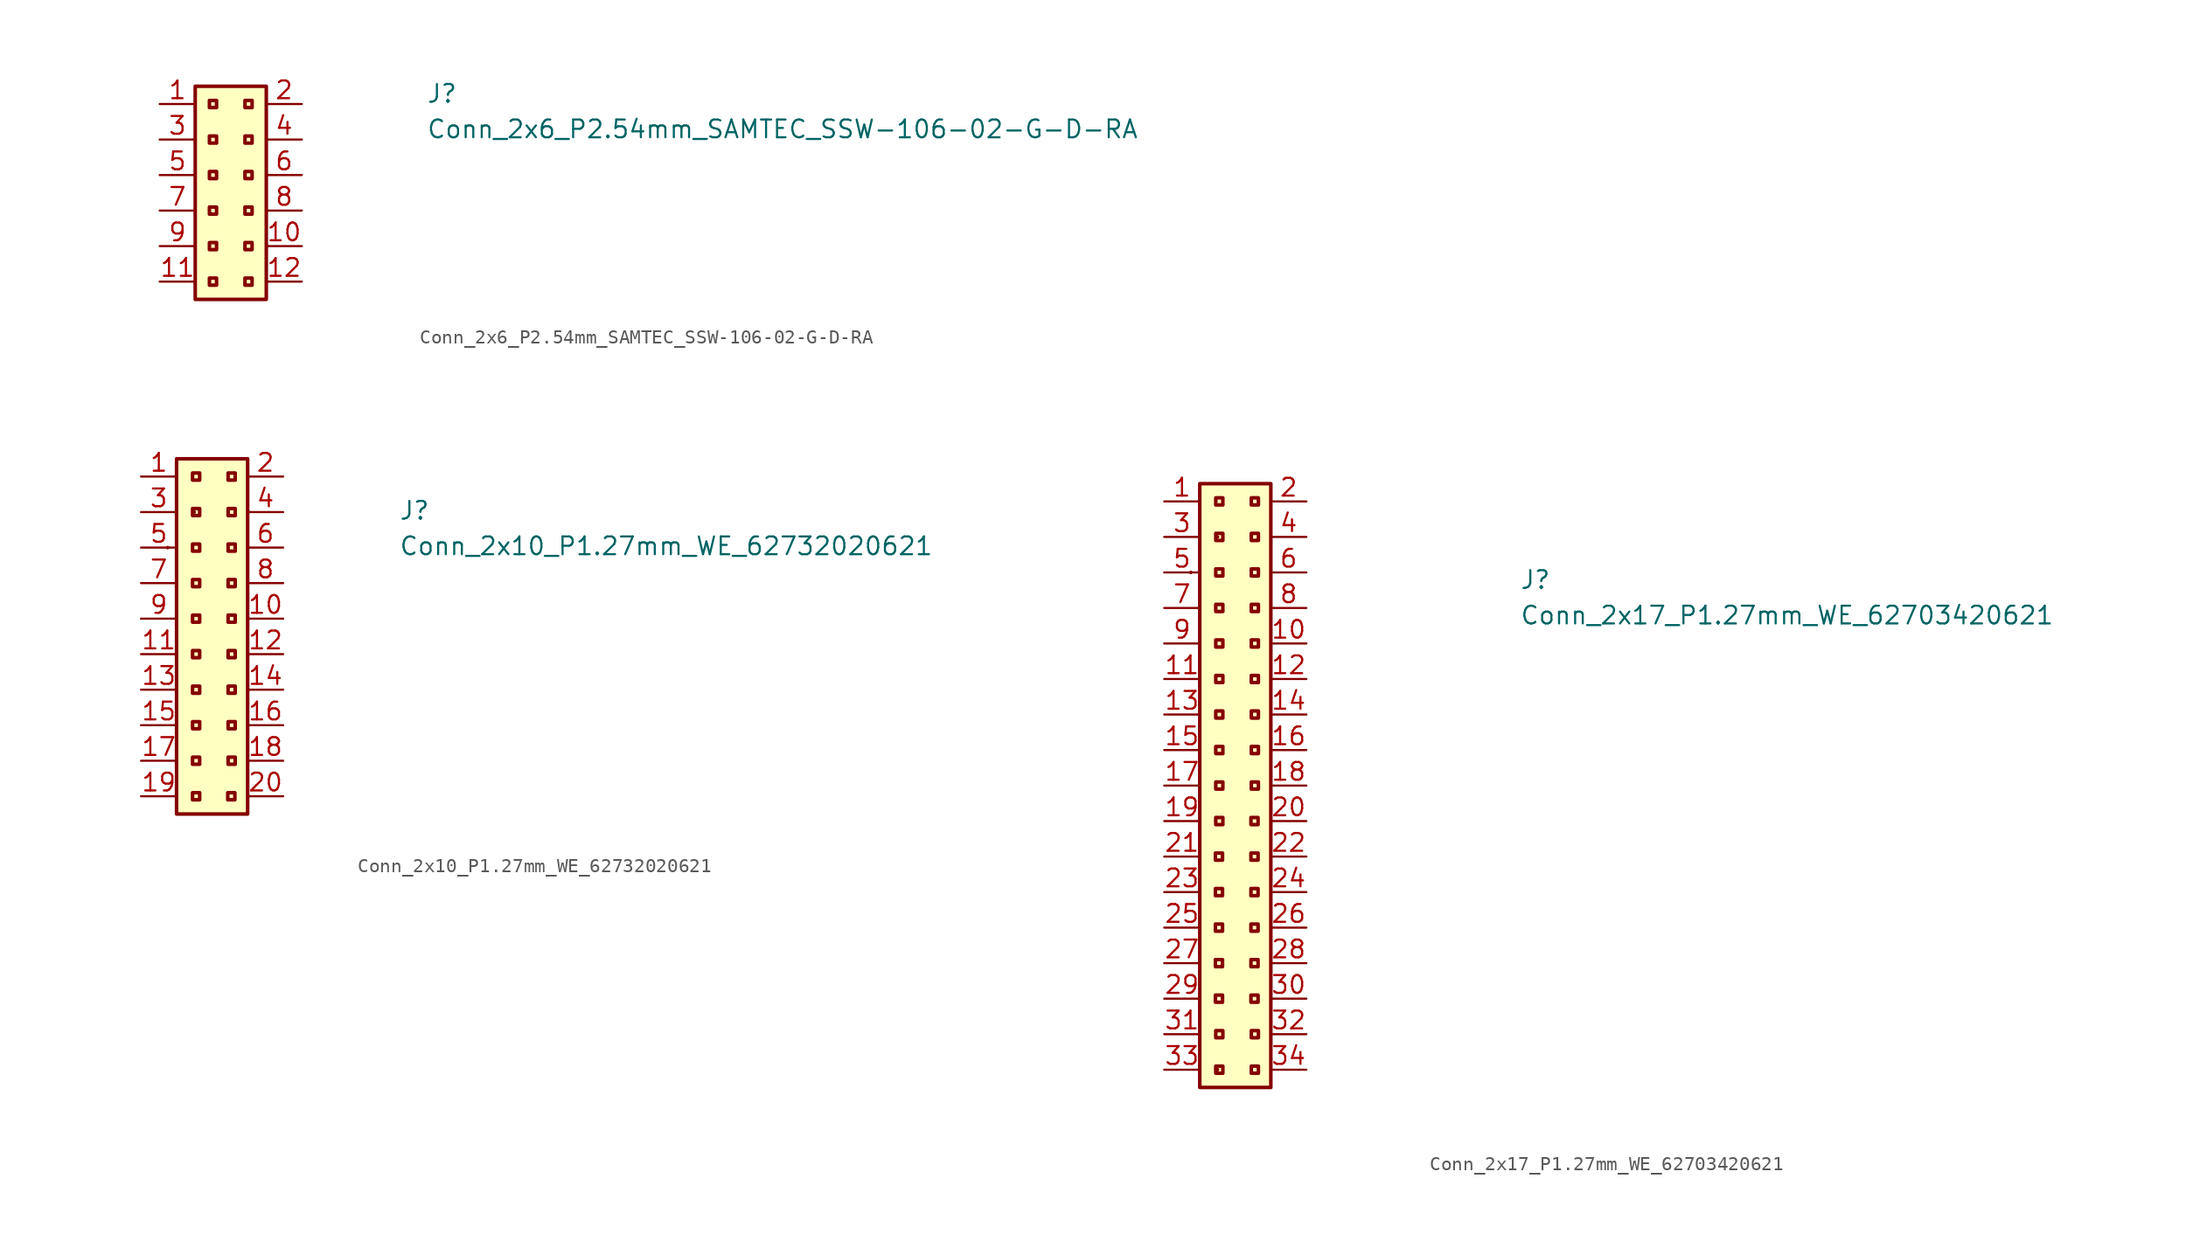
<source format=kicad_sym>
(kicad_symbol_lib
  (version 20211014)
  (generator kicad_symbol_editor)
  (symbol "Conn_2x6_P2.54mm_SAMTEC_SSW-106-02-G-D-RA"
    (property "Reference" "J"
      (at 19.05 0 0)
      (effects (font (size 1.27 1.27) (thickness 0.15)) (justify left bottom)))
    (property "Value" "Conn_2x6_P2.54mm_SAMTEC_SSW-106-02-G-D-RA"
      (at 19.05 -2.54 0)
      (effects (font (size 1.27 1.27) (thickness 0.15)) (justify left bottom)))
    (symbol "Conn_2x6_P2.54mm_SAMTEC_SSW-106-02-G-D-RA_1_1"
      (rectangle (start 2.54 1.27) (end 7.62 -13.97) (stroke (width 0.254) (type default) (color 0 0 0 0)) (fill (type background)))
      (rectangle (start 3.556 -12.446) (end 4.064 -12.954) (stroke (width 0.254) (type default) (color 0 0 0 0)) (fill (type background)))
      (rectangle (start 3.556 -9.906) (end 4.064 -10.414) (stroke (width 0.254) (type default) (color 0 0 0 0)) (fill (type background)))
      (rectangle (start 3.556 -7.366) (end 4.064 -7.874) (stroke (width 0.254) (type default) (color 0 0 0 0)) (fill (type background)))
      (rectangle (start 3.556 -4.826) (end 4.064 -5.334) (stroke (width 0.254) (type default) (color 0 0 0 0)) (fill (type background)))
      (rectangle (start 3.556 -2.286) (end 4.064 -2.794) (stroke (width 0.254) (type default) (color 0 0 0 0)) (fill (type background)))
      (rectangle (start 3.556 0.254) (end 4.064 -0.254) (stroke (width 0.254) (type default) (color 0 0 0 0)) (fill (type background)))
      (rectangle (start 6.096 -12.446) (end 6.604 -12.954) (stroke (width 0.254) (type default) (color 0 0 0 0)) (fill (type background)))
      (rectangle (start 6.096 -9.906) (end 6.604 -10.414) (stroke (width 0.254) (type default) (color 0 0 0 0)) (fill (type background)))
      (rectangle (start 6.096 -7.366) (end 6.604 -7.874) (stroke (width 0.254) (type default) (color 0 0 0 0)) (fill (type background)))
      (rectangle (start 6.096 -4.826) (end 6.604 -5.334) (stroke (width 0.254) (type default) (color 0 0 0 0)) (fill (type background)))
      (rectangle (start 6.096 -2.286) (end 6.604 -2.794) (stroke (width 0.254) (type default) (color 0 0 0 0)) (fill (type background)))
      (rectangle (start 6.096 0.254) (end 6.604 -0.254) (stroke (width 0.254) (type default) (color 0 0 0 0)) (fill (type background)))
      (pin passive line (at 0 0 0) (length 2.54) (name "~" (effects (font (size 1.27 1.27)))) (number "1" (effects (font (size 1.27 1.27)))))
      (pin passive line (at 10.16 -10.16 180) (length 2.54) (name "~" (effects (font (size 1.27 1.27)))) (number "10" (effects (font (size 1.27 1.27)))))
      (pin passive line (at 0 -12.7 0) (length 2.54) (name "~" (effects (font (size 1.27 1.27)))) (number "11" (effects (font (size 1.27 1.27)))))
      (pin passive line (at 10.16 -12.7 180) (length 2.54) (name "~" (effects (font (size 1.27 1.27)))) (number "12" (effects (font (size 1.27 1.27)))))
      (pin passive line (at 10.16 0 180) (length 2.54) (name "~" (effects (font (size 1.27 1.27)))) (number "2" (effects (font (size 1.27 1.27)))))
      (pin passive line (at 0 -2.54 0) (length 2.54) (name "~" (effects (font (size 1.27 1.27)))) (number "3" (effects (font (size 1.27 1.27)))))
      (pin passive line (at 10.16 -2.54 180) (length 2.54) (name "~" (effects (font (size 1.27 1.27)))) (number "4" (effects (font (size 1.27 1.27)))))
      (pin passive line (at 0 -5.08 0) (length 2.54) (name "~" (effects (font (size 1.27 1.27)))) (number "5" (effects (font (size 1.27 1.27)))))
      (pin passive line (at 10.16 -5.08 180) (length 2.54) (name "~" (effects (font (size 1.27 1.27)))) (number "6" (effects (font (size 1.27 1.27)))))
      (pin passive line (at 0 -7.62 0) (length 2.54) (name "~" (effects (font (size 1.27 1.27)))) (number "7" (effects (font (size 1.27 1.27)))))
      (pin passive line (at 10.16 -7.62 180) (length 2.54) (name "~" (effects (font (size 1.27 1.27)))) (number "8" (effects (font (size 1.27 1.27)))))
      (pin passive line (at 0 -10.16 0) (length 2.54) (name "~" (effects (font (size 1.27 1.27)))) (number "9" (effects (font (size 1.27 1.27)))))))
  (symbol "Conn_2x10_P1.27mm_WE_62732020621"
    (property "Reference" "J"
      (at 18.415 -3.175 0)
      (effects (font (size 1.27 1.27) (thickness 0.15)) (justify left bottom)))
    (property "Value" "Conn_2x10_P1.27mm_WE_62732020621"
      (at 18.415 -5.715 0)
      (effects (font (size 1.27 1.27) (thickness 0.15)) (justify left bottom)))
    (symbol "Conn_2x10_P1.27mm_WE_62732020621_1_1"
      (rectangle (start 1.905 -5.08) (end 1.905 -5.08) (stroke (width 0.254) (type default) (color 0 0 0 0)) (fill (type background)))
      (rectangle (start 2.54 1.27) (end 7.62 -24.13) (stroke (width 0.254) (type default) (color 0 0 0 0)) (fill (type background)))
      (rectangle (start 3.81 -2.54) (end 3.81 -2.54) (stroke (width 0.254) (type default) (color 0 0 0 0)) (fill (type background)))
      (rectangle (start 4.191 -23.114) (end 3.683 -22.606) (stroke (width 0.254) (type default) (color 0 0 0 0)) (fill (type background)))
      (rectangle (start 4.191 -20.574) (end 3.683 -20.066) (stroke (width 0.254) (type default) (color 0 0 0 0)) (fill (type background)))
      (rectangle (start 4.191 -18.034) (end 3.683 -17.526) (stroke (width 0.254) (type default) (color 0 0 0 0)) (fill (type background)))
      (rectangle (start 4.191 -15.494) (end 3.683 -14.986) (stroke (width 0.254) (type default) (color 0 0 0 0)) (fill (type background)))
      (rectangle (start 4.191 -12.954) (end 3.683 -12.446) (stroke (width 0.254) (type default) (color 0 0 0 0)) (fill (type background)))
      (rectangle (start 4.191 -10.414) (end 3.683 -9.906) (stroke (width 0.254) (type default) (color 0 0 0 0)) (fill (type background)))
      (rectangle (start 4.191 -7.874) (end 3.683 -7.366) (stroke (width 0.254) (type default) (color 0 0 0 0)) (fill (type background)))
      (rectangle (start 4.191 -5.334) (end 3.683 -4.826) (stroke (width 0.254) (type default) (color 0 0 0 0)) (fill (type background)))
      (rectangle (start 4.191 -2.794) (end 3.683 -2.286) (stroke (width 0.254) (type default) (color 0 0 0 0)) (fill (type background)))
      (rectangle (start 4.191 -0.254) (end 3.683 0.254) (stroke (width 0.254) (type default) (color 0 0 0 0)) (fill (type background)))
      (rectangle (start 6.706 -23.114) (end 6.198 -22.606) (stroke (width 0.254) (type default) (color 0 0 0 0)) (fill (type background)))
      (rectangle (start 6.731 -20.574) (end 6.223 -20.066) (stroke (width 0.254) (type default) (color 0 0 0 0)) (fill (type background)))
      (rectangle (start 6.731 -18.034) (end 6.223 -17.526) (stroke (width 0.254) (type default) (color 0 0 0 0)) (fill (type background)))
      (rectangle (start 6.731 -15.494) (end 6.223 -14.986) (stroke (width 0.254) (type default) (color 0 0 0 0)) (fill (type background)))
      (rectangle (start 6.731 -12.954) (end 6.223 -12.446) (stroke (width 0.254) (type default) (color 0 0 0 0)) (fill (type background)))
      (rectangle (start 6.731 -10.414) (end 6.223 -9.906) (stroke (width 0.254) (type default) (color 0 0 0 0)) (fill (type background)))
      (rectangle (start 6.731 -7.874) (end 6.223 -7.366) (stroke (width 0.254) (type default) (color 0 0 0 0)) (fill (type background)))
      (rectangle (start 6.731 -5.334) (end 6.223 -4.826) (stroke (width 0.254) (type default) (color 0 0 0 0)) (fill (type background)))
      (rectangle (start 6.731 -2.794) (end 6.223 -2.286) (stroke (width 0.254) (type default) (color 0 0 0 0)) (fill (type background)))
      (rectangle (start 6.731 -0.254) (end 6.223 0.254) (stroke (width 0.254) (type default) (color 0 0 0 0)) (fill (type background)))
      (pin passive line (at 0 0 0) (length 2.54) (name "~" (effects (font (size 1.27 1.27)))) (number "1" (effects (font (size 1.27 1.27)))))
      (pin passive line (at 10.16 -10.16 180) (length 2.54) (name "~" (effects (font (size 1.27 1.27)))) (number "10" (effects (font (size 1.27 1.27)))))
      (pin passive line (at 0 -12.7 0) (length 2.54) (name "~" (effects (font (size 1.27 1.27)))) (number "11" (effects (font (size 1.27 1.27)))))
      (pin passive line (at 10.16 -12.7 180) (length 2.54) (name "~" (effects (font (size 1.27 1.27)))) (number "12" (effects (font (size 1.27 1.27)))))
      (pin passive line (at 0 -15.24 0) (length 2.54) (name "~" (effects (font (size 1.27 1.27)))) (number "13" (effects (font (size 1.27 1.27)))))
      (pin passive line (at 10.16 -15.24 180) (length 2.54) (name "~" (effects (font (size 1.27 1.27)))) (number "14" (effects (font (size 1.27 1.27)))))
      (pin passive line (at 0 -17.78 0) (length 2.54) (name "~" (effects (font (size 1.27 1.27)))) (number "15" (effects (font (size 1.27 1.27)))))
      (pin passive line (at 10.16 -17.78 180) (length 2.54) (name "~" (effects (font (size 1.27 1.27)))) (number "16" (effects (font (size 1.27 1.27)))))
      (pin passive line (at 0 -20.32 0) (length 2.54) (name "~" (effects (font (size 1.27 1.27)))) (number "17" (effects (font (size 1.27 1.27)))))
      (pin passive line (at 10.16 -20.32 180) (length 2.54) (name "~" (effects (font (size 1.27 1.27)))) (number "18" (effects (font (size 1.27 1.27)))))
      (pin passive line (at 0 -22.86 0) (length 2.54) (name "~" (effects (font (size 1.27 1.27)))) (number "19" (effects (font (size 1.27 1.27)))))
      (pin passive line (at 10.16 0 180) (length 2.54) (name "~" (effects (font (size 1.27 1.27)))) (number "2" (effects (font (size 1.27 1.27)))))
      (pin passive line (at 10.16 -22.86 180) (length 2.54) (name "~" (effects (font (size 1.27 1.27)))) (number "20" (effects (font (size 1.27 1.27)))))
      (pin passive line (at 0 -2.54 0) (length 2.54) (name "~" (effects (font (size 1.27 1.27)))) (number "3" (effects (font (size 1.27 1.27)))))
      (pin passive line (at 10.16 -2.54 180) (length 2.54) (name "~" (effects (font (size 1.27 1.27)))) (number "4" (effects (font (size 1.27 1.27)))))
      (pin passive line (at 0 -5.08 0) (length 2.54) (name "~" (effects (font (size 1.27 1.27)))) (number "5" (effects (font (size 1.27 1.27)))))
      (pin passive line (at 10.16 -5.08 180) (length 2.54) (name "~" (effects (font (size 1.27 1.27)))) (number "6" (effects (font (size 1.27 1.27)))))
      (pin passive line (at 0 -7.62 0) (length 2.54) (name "~" (effects (font (size 1.27 1.27)))) (number "7" (effects (font (size 1.27 1.27)))))
      (pin passive line (at 10.16 -7.62 180) (length 2.54) (name "~" (effects (font (size 1.27 1.27)))) (number "8" (effects (font (size 1.27 1.27)))))
      (pin passive line (at 0 -10.16 0) (length 2.54) (name "~" (effects (font (size 1.27 1.27)))) (number "9" (effects (font (size 1.27 1.27)))))))
  (symbol "Conn_2x17_P1.27mm_WE_62703420621"
    (property "Reference" "J"
      (at 25.4 -6.35 0)
      (effects (font (size 1.27 1.27) (thickness 0.15)) (justify left bottom)))
    (property "Value" "Conn_2x17_P1.27mm_WE_62703420621"
      (at 25.4 -8.89 0)
      (effects (font (size 1.27 1.27) (thickness 0.15)) (justify left bottom)))
    (symbol "Conn_2x17_P1.27mm_WE_62703420621_1_1"
      (rectangle (start 1.905 -5.08) (end 1.905 -5.08) (stroke (width 0.254) (type default) (color 0 0 0 0)) (fill (type background)))
      (rectangle (start 2.54 1.27) (end 7.62 -41.91) (stroke (width 0.254) (type default) (color 0 0 0 0)) (fill (type background)))
      (rectangle (start 3.81 -40.64) (end 3.81 -40.64) (stroke (width 0.254) (type default) (color 0 0 0 0)) (fill (type background)))
      (rectangle (start 3.81 -2.54) (end 3.81 -2.54) (stroke (width 0.254) (type default) (color 0 0 0 0)) (fill (type background)))
      (rectangle (start 4.166 -35.814) (end 3.658 -35.306) (stroke (width 0.254) (type default) (color 0 0 0 0)) (fill (type background)))
      (rectangle (start 4.166 -33.274) (end 3.658 -32.766) (stroke (width 0.254) (type default) (color 0 0 0 0)) (fill (type background)))
      (rectangle (start 4.166 -30.734) (end 3.658 -30.226) (stroke (width 0.254) (type default) (color 0 0 0 0)) (fill (type background)))
      (rectangle (start 4.166 -28.194) (end 3.658 -27.686) (stroke (width 0.254) (type default) (color 0 0 0 0)) (fill (type background)))
      (rectangle (start 4.166 -25.654) (end 3.658 -25.146) (stroke (width 0.254) (type default) (color 0 0 0 0)) (fill (type background)))
      (rectangle (start 4.191 -40.894) (end 3.683 -40.386) (stroke (width 0.254) (type default) (color 0 0 0 0)) (fill (type background)))
      (rectangle (start 4.191 -38.354) (end 3.683 -37.846) (stroke (width 0.254) (type default) (color 0 0 0 0)) (fill (type background)))
      (rectangle (start 4.191 -23.114) (end 3.683 -22.606) (stroke (width 0.254) (type default) (color 0 0 0 0)) (fill (type background)))
      (rectangle (start 4.191 -20.574) (end 3.683 -20.066) (stroke (width 0.254) (type default) (color 0 0 0 0)) (fill (type background)))
      (rectangle (start 4.191 -18.034) (end 3.683 -17.526) (stroke (width 0.254) (type default) (color 0 0 0 0)) (fill (type background)))
      (rectangle (start 4.191 -15.494) (end 3.683 -14.986) (stroke (width 0.254) (type default) (color 0 0 0 0)) (fill (type background)))
      (rectangle (start 4.191 -12.954) (end 3.683 -12.446) (stroke (width 0.254) (type default) (color 0 0 0 0)) (fill (type background)))
      (rectangle (start 4.191 -10.414) (end 3.683 -9.906) (stroke (width 0.254) (type default) (color 0 0 0 0)) (fill (type background)))
      (rectangle (start 4.191 -7.874) (end 3.683 -7.366) (stroke (width 0.254) (type default) (color 0 0 0 0)) (fill (type background)))
      (rectangle (start 4.191 -5.334) (end 3.683 -4.826) (stroke (width 0.254) (type default) (color 0 0 0 0)) (fill (type background)))
      (rectangle (start 4.191 -2.794) (end 3.683 -2.286) (stroke (width 0.254) (type default) (color 0 0 0 0)) (fill (type background)))
      (rectangle (start 4.191 -0.254) (end 3.683 0.254) (stroke (width 0.254) (type default) (color 0 0 0 0)) (fill (type background)))
      (rectangle (start 6.706 -35.814) (end 6.198 -35.306) (stroke (width 0.254) (type default) (color 0 0 0 0)) (fill (type background)))
      (rectangle (start 6.706 -33.274) (end 6.198 -32.766) (stroke (width 0.254) (type default) (color 0 0 0 0)) (fill (type background)))
      (rectangle (start 6.706 -30.734) (end 6.198 -30.226) (stroke (width 0.254) (type default) (color 0 0 0 0)) (fill (type background)))
      (rectangle (start 6.706 -28.194) (end 6.198 -27.686) (stroke (width 0.254) (type default) (color 0 0 0 0)) (fill (type background)))
      (rectangle (start 6.706 -25.654) (end 6.198 -25.146) (stroke (width 0.254) (type default) (color 0 0 0 0)) (fill (type background)))
      (rectangle (start 6.706 -23.114) (end 6.198 -22.606) (stroke (width 0.254) (type default) (color 0 0 0 0)) (fill (type background)))
      (rectangle (start 6.731 -40.894) (end 6.223 -40.386) (stroke (width 0.254) (type default) (color 0 0 0 0)) (fill (type background)))
      (rectangle (start 6.731 -38.354) (end 6.223 -37.846) (stroke (width 0.254) (type default) (color 0 0 0 0)) (fill (type background)))
      (rectangle (start 6.731 -20.574) (end 6.223 -20.066) (stroke (width 0.254) (type default) (color 0 0 0 0)) (fill (type background)))
      (rectangle (start 6.731 -18.034) (end 6.223 -17.526) (stroke (width 0.254) (type default) (color 0 0 0 0)) (fill (type background)))
      (rectangle (start 6.731 -15.494) (end 6.223 -14.986) (stroke (width 0.254) (type default) (color 0 0 0 0)) (fill (type background)))
      (rectangle (start 6.731 -12.954) (end 6.223 -12.446) (stroke (width 0.254) (type default) (color 0 0 0 0)) (fill (type background)))
      (rectangle (start 6.731 -10.414) (end 6.223 -9.906) (stroke (width 0.254) (type default) (color 0 0 0 0)) (fill (type background)))
      (rectangle (start 6.731 -7.874) (end 6.223 -7.366) (stroke (width 0.254) (type default) (color 0 0 0 0)) (fill (type background)))
      (rectangle (start 6.731 -5.334) (end 6.223 -4.826) (stroke (width 0.254) (type default) (color 0 0 0 0)) (fill (type background)))
      (rectangle (start 6.731 -2.794) (end 6.223 -2.286) (stroke (width 0.254) (type default) (color 0 0 0 0)) (fill (type background)))
      (rectangle (start 6.731 -0.254) (end 6.223 0.254) (stroke (width 0.254) (type default) (color 0 0 0 0)) (fill (type background)))
      (pin passive line (at 0 0 0) (length 2.54) (name "~" (effects (font (size 1.27 1.27)))) (number "1" (effects (font (size 1.27 1.27)))))
      (pin passive line (at 10.16 -10.16 180) (length 2.54) (name "~" (effects (font (size 1.27 1.27)))) (number "10" (effects (font (size 1.27 1.27)))))
      (pin passive line (at 0 -12.7 0) (length 2.54) (name "~" (effects (font (size 1.27 1.27)))) (number "11" (effects (font (size 1.27 1.27)))))
      (pin passive line (at 10.16 -12.7 180) (length 2.54) (name "~" (effects (font (size 1.27 1.27)))) (number "12" (effects (font (size 1.27 1.27)))))
      (pin passive line (at 0 -15.24 0) (length 2.54) (name "~" (effects (font (size 1.27 1.27)))) (number "13" (effects (font (size 1.27 1.27)))))
      (pin passive line (at 10.16 -15.24 180) (length 2.54) (name "~" (effects (font (size 1.27 1.27)))) (number "14" (effects (font (size 1.27 1.27)))))
      (pin passive line (at 0 -17.78 0) (length 2.54) (name "~" (effects (font (size 1.27 1.27)))) (number "15" (effects (font (size 1.27 1.27)))))
      (pin passive line (at 10.16 -17.78 180) (length 2.54) (name "~" (effects (font (size 1.27 1.27)))) (number "16" (effects (font (size 1.27 1.27)))))
      (pin passive line (at 0 -20.32 0) (length 2.54) (name "~" (effects (font (size 1.27 1.27)))) (number "17" (effects (font (size 1.27 1.27)))))
      (pin passive line (at 10.16 -20.32 180) (length 2.54) (name "~" (effects (font (size 1.27 1.27)))) (number "18" (effects (font (size 1.27 1.27)))))
      (pin passive line (at 0 -22.86 0) (length 2.54) (name "~" (effects (font (size 1.27 1.27)))) (number "19" (effects (font (size 1.27 1.27)))))
      (pin passive line (at 10.16 0 180) (length 2.54) (name "~" (effects (font (size 1.27 1.27)))) (number "2" (effects (font (size 1.27 1.27)))))
      (pin passive line (at 10.16 -22.86 180) (length 2.54) (name "~" (effects (font (size 1.27 1.27)))) (number "20" (effects (font (size 1.27 1.27)))))
      (pin passive line (at 0 -25.4 0) (length 2.54) (name "~" (effects (font (size 1.27 1.27)))) (number "21" (effects (font (size 1.27 1.27)))))
      (pin passive line (at 10.16 -25.4 180) (length 2.54) (name "~" (effects (font (size 1.27 1.27)))) (number "22" (effects (font (size 1.27 1.27)))))
      (pin passive line (at 0 -27.94 0) (length 2.54) (name "~" (effects (font (size 1.27 1.27)))) (number "23" (effects (font (size 1.27 1.27)))))
      (pin passive line (at 10.16 -27.94 180) (length 2.54) (name "~" (effects (font (size 1.27 1.27)))) (number "24" (effects (font (size 1.27 1.27)))))
      (pin passive line (at 0 -30.48 0) (length 2.54) (name "~" (effects (font (size 1.27 1.27)))) (number "25" (effects (font (size 1.27 1.27)))))
      (pin passive line (at 10.16 -30.48 180) (length 2.54) (name "~" (effects (font (size 1.27 1.27)))) (number "26" (effects (font (size 1.27 1.27)))))
      (pin passive line (at 0 -33.02 0) (length 2.54) (name "~" (effects (font (size 1.27 1.27)))) (number "27" (effects (font (size 1.27 1.27)))))
      (pin passive line (at 10.16 -33.02 180) (length 2.54) (name "~" (effects (font (size 1.27 1.27)))) (number "28" (effects (font (size 1.27 1.27)))))
      (pin passive line (at 0 -35.56 0) (length 2.54) (name "~" (effects (font (size 1.27 1.27)))) (number "29" (effects (font (size 1.27 1.27)))))
      (pin passive line (at 0 -2.54 0) (length 2.54) (name "~" (effects (font (size 1.27 1.27)))) (number "3" (effects (font (size 1.27 1.27)))))
      (pin passive line (at 10.16 -35.56 180) (length 2.54) (name "~" (effects (font (size 1.27 1.27)))) (number "30" (effects (font (size 1.27 1.27)))))
      (pin passive line (at 0 -38.1 0) (length 2.54) (name "~" (effects (font (size 1.27 1.27)))) (number "31" (effects (font (size 1.27 1.27)))))
      (pin passive line (at 10.16 -38.1 180) (length 2.54) (name "~" (effects (font (size 1.27 1.27)))) (number "32" (effects (font (size 1.27 1.27)))))
      (pin passive line (at 0 -40.64 0) (length 2.54) (name "~" (effects (font (size 1.27 1.27)))) (number "33" (effects (font (size 1.27 1.27)))))
      (pin passive line (at 10.16 -40.64 180) (length 2.54) (name "~" (effects (font (size 1.27 1.27)))) (number "34" (effects (font (size 1.27 1.27)))))
      (pin passive line (at 10.16 -2.54 180) (length 2.54) (name "~" (effects (font (size 1.27 1.27)))) (number "4" (effects (font (size 1.27 1.27)))))
      (pin passive line (at 0 -5.08 0) (length 2.54) (name "~" (effects (font (size 1.27 1.27)))) (number "5" (effects (font (size 1.27 1.27)))))
      (pin passive line (at 10.16 -5.08 180) (length 2.54) (name "~" (effects (font (size 1.27 1.27)))) (number "6" (effects (font (size 1.27 1.27)))))
      (pin passive line (at 0 -7.62 0) (length 2.54) (name "~" (effects (font (size 1.27 1.27)))) (number "7" (effects (font (size 1.27 1.27)))))
      (pin passive line (at 10.16 -7.62 180) (length 2.54) (name "~" (effects (font (size 1.27 1.27)))) (number "8" (effects (font (size 1.27 1.27)))))
      (pin passive line (at 0 -10.16 0) (length 2.54) (name "~" (effects (font (size 1.27 1.27)))) (number "9" (effects (font (size 1.27 1.27))))))))
</source>
